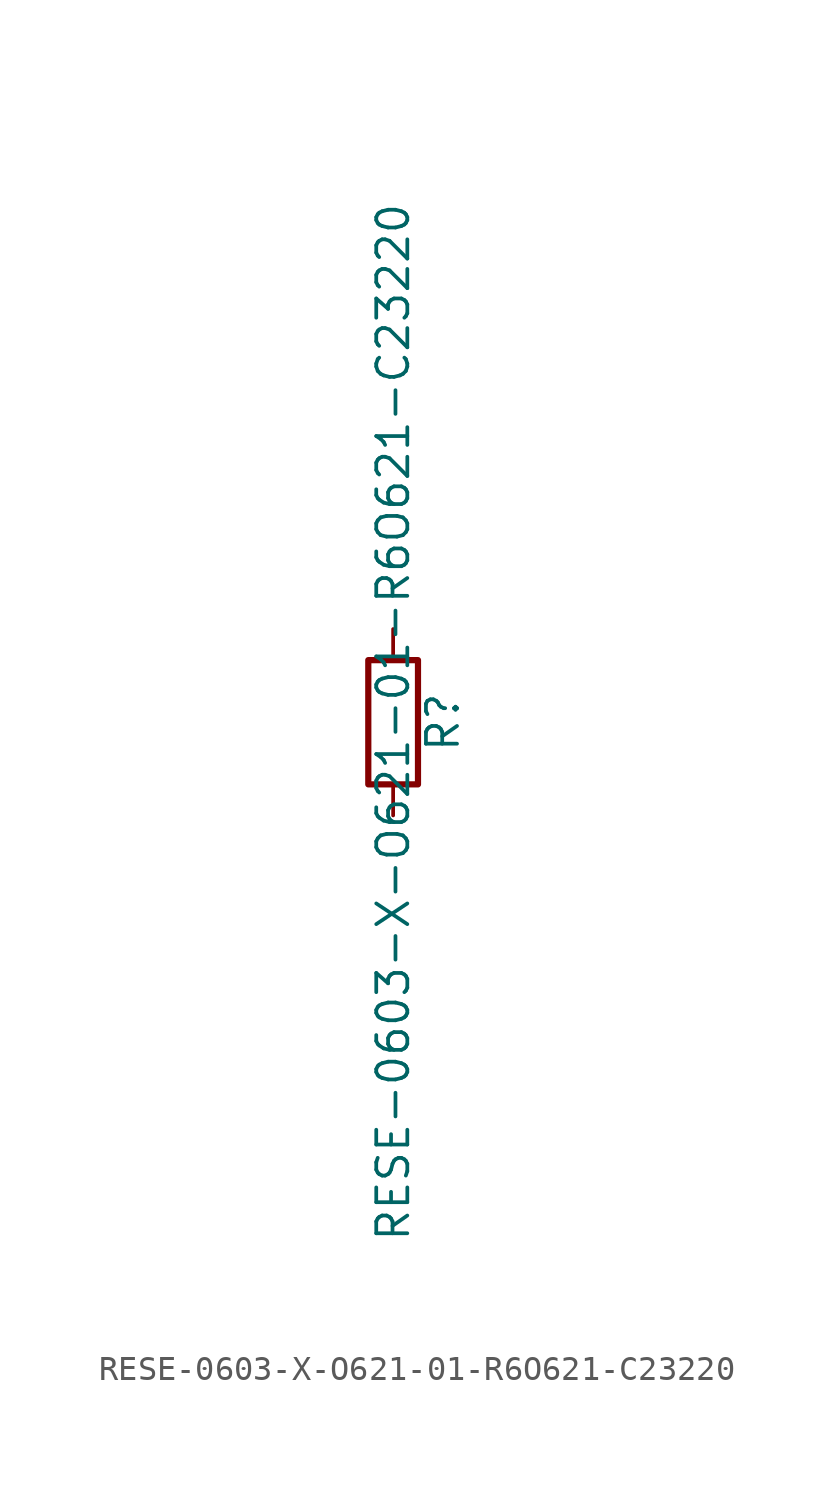
<source format=kicad_sym>
(kicad_symbol_lib
  (version 20211014)
  (generator kicad_symbol_editor)
  (symbol "RESE-0603-X-O621-01-R6O621-C23220"
    (pin_numbers hide)
    (pin_names
      (offset 0))
    (property "Reference" "R"
      (at 2.032 0 90)
      (effects (font (size 1.27 1.27))))
    (property "Value" "RESE-0603-X-O621-01-R6O621-C23220"
      (at 0 0 90)
      (effects (font (size 1.27 1.27))))
    (symbol "RESE-0603-X-O621-01-R6O621-C23220_0_1"
      (rectangle (start -1.016 -2.54) (end 1.016 2.54) (stroke (width 0.254) (type default) (color 0 0 0 0)) (fill (type none))))
    (symbol "RESE-0603-X-O621-01-R6O621-C23220_1_1"
      (pin passive line (at 0 3.81 270) (length 1.27) (name "~" (effects (font (size 1.27 1.27)))) (number "1" (effects (font (size 1.27 1.27)))))
      (pin passive line (at 0 -3.81 90) (length 1.27) (name "~" (effects (font (size 1.27 1.27)))) (number "2" (effects (font (size 1.27 1.27))))))))
</source>
